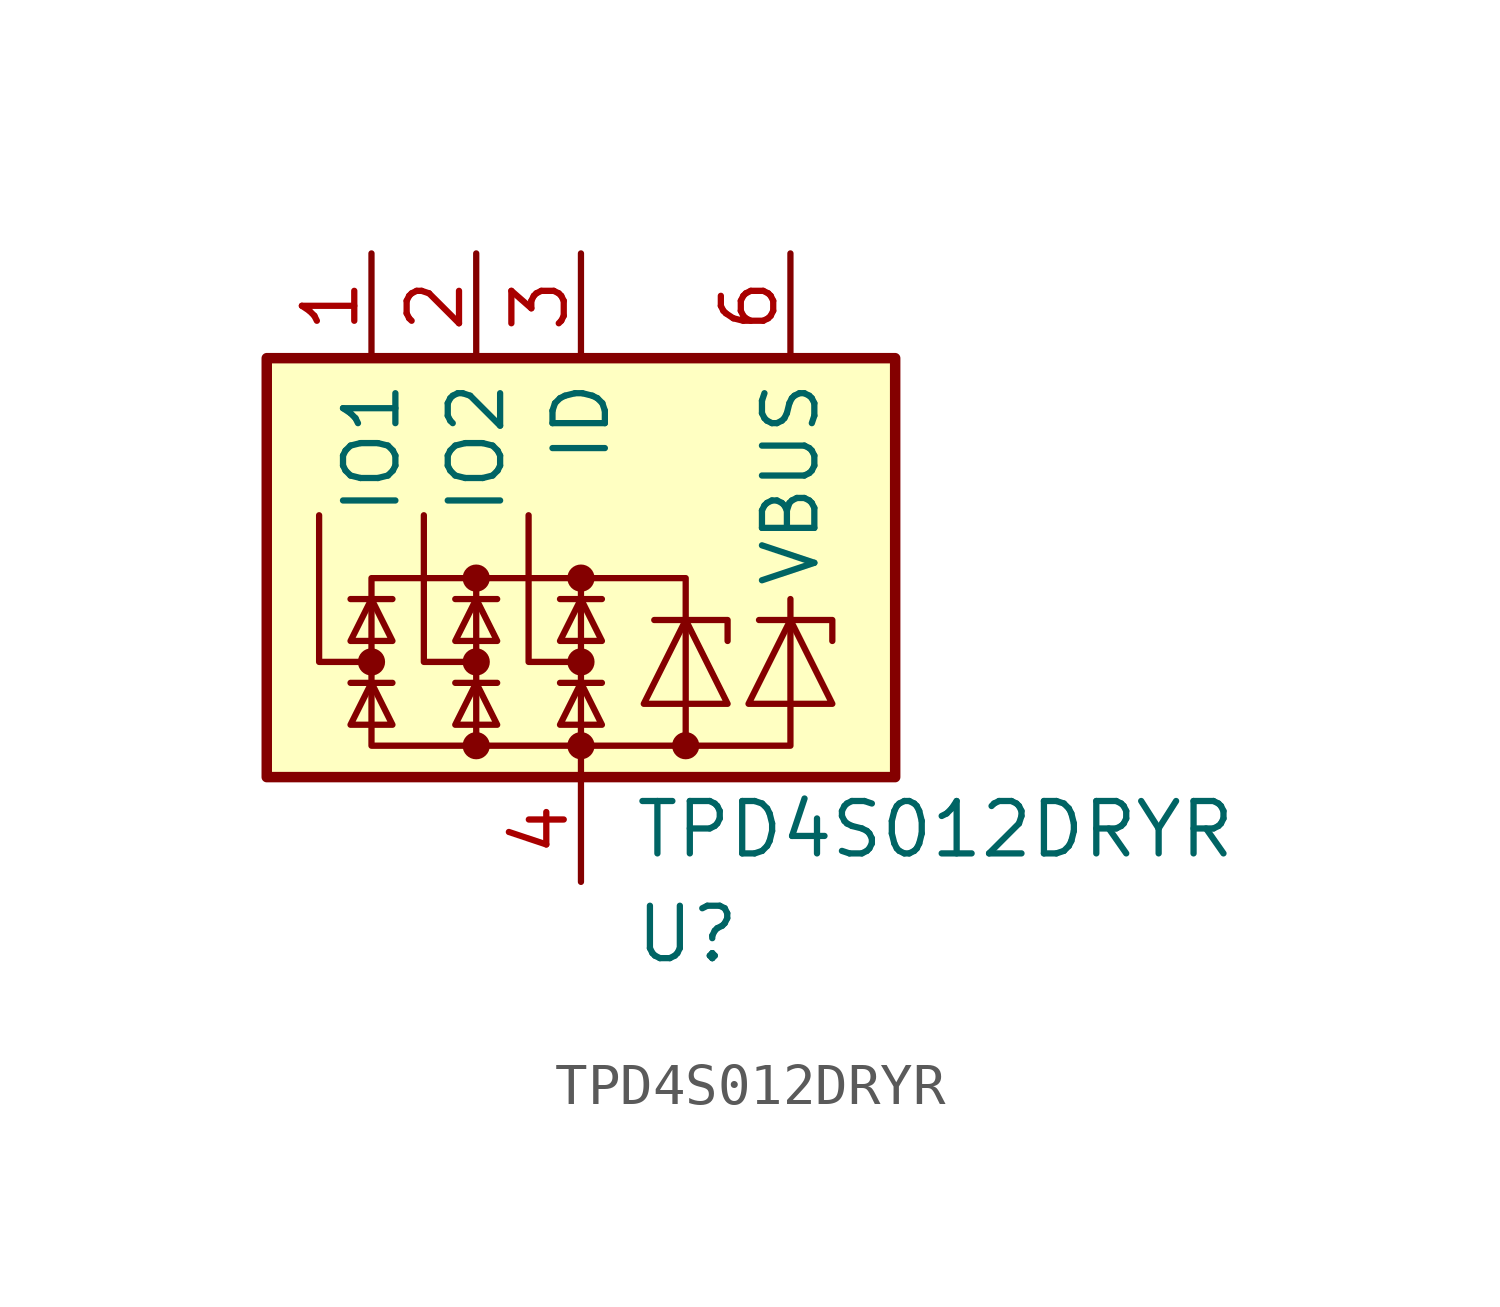
<source format=kicad_sym>
(kicad_symbol_lib
  (version 20211014)
  (generator kicad_symbol_editor)
  (symbol "TPD4S012DRYR"
    (property "Reference" "U"
      (at 1.27 -8.89 0)
      (effects (font (size 1.27 1.27)) (justify left)))
    (property "Value" "TPD4S012DRYR"
      (at 1.27 -6.35 0)
      (effects (font (size 1.27 1.27)) (justify left)))
    (symbol "TPD4S012DRYR_0_1"
      (circle (center -5.08 -2.286) (radius 0.254) (stroke (width 0) (type default) (color 0 0 0 0)) (fill (type outline)))
      (circle (center -2.54 -4.318) (radius 0.254) (stroke (width 0) (type default) (color 0 0 0 0)) (fill (type outline)))
      (circle (center -2.54 -2.286) (radius 0.254) (stroke (width 0) (type default) (color 0 0 0 0)) (fill (type outline)))
      (circle (center -2.54 -0.254) (radius 0.254) (stroke (width 0) (type default) (color 0 0 0 0)) (fill (type outline)))
      (circle (center 0 -4.318) (radius 0.254) (stroke (width 0) (type default) (color 0 0 0 0)) (fill (type outline)))
      (circle (center 0 -2.286) (radius 0.254) (stroke (width 0) (type default) (color 0 0 0 0)) (fill (type outline)))
      (circle (center 0 -0.254) (radius 0.254) (stroke (width 0) (type default) (color 0 0 0 0)) (fill (type outline)))
      (polyline (pts (xy -5.588 -2.794) (xy -4.572 -2.794)) (stroke (width 0) (type default) (color 0 0 0 0)) (fill (type none)))
      (polyline (pts (xy -5.588 -0.762) (xy -4.572 -0.762)) (stroke (width 0) (type default) (color 0 0 0 0)) (fill (type none)))
      (polyline (pts (xy -3.048 -2.794) (xy -2.032 -2.794)) (stroke (width 0) (type default) (color 0 0 0 0)) (fill (type none)))
      (polyline (pts (xy -3.048 -0.762) (xy -2.032 -0.762)) (stroke (width 0) (type default) (color 0 0 0 0)) (fill (type none)))
      (polyline (pts (xy -2.54 -4.318) (xy -2.54 -0.254)) (stroke (width 0) (type default) (color 0 0 0 0)) (fill (type none)))
      (polyline (pts (xy -0.508 -2.794) (xy 0.508 -2.794)) (stroke (width 0) (type default) (color 0 0 0 0)) (fill (type none)))
      (polyline (pts (xy -0.508 -0.762) (xy 0.508 -0.762)) (stroke (width 0) (type default) (color 0 0 0 0)) (fill (type none)))
      (polyline (pts (xy 0 -4.318) (xy 0 -5.08)) (stroke (width 0) (type default) (color 0 0 0 0)) (fill (type none)))
      (polyline (pts (xy 0 -0.254) (xy 0 -4.318)) (stroke (width 0) (type default) (color 0 0 0 0)) (fill (type none)))
      (polyline (pts (xy -5.08 -2.286) (xy -6.35 -2.286) (xy -6.35 1.27)) (stroke (width 0) (type default) (color 0 0 0 0)) (fill (type none)))
      (polyline (pts (xy -2.54 -2.286) (xy -3.81 -2.286) (xy -3.81 1.27)) (stroke (width 0) (type default) (color 0 0 0 0)) (fill (type none)))
      (polyline (pts (xy 0 -2.286) (xy -1.27 -2.286) (xy -1.27 1.27)) (stroke (width 0) (type default) (color 0 0 0 0)) (fill (type none)))
      (polyline (pts (xy 1.778 -1.27) (xy 3.556 -1.27) (xy 3.556 -1.778)) (stroke (width 0) (type default) (color 0 0 0 0)) (fill (type none)))
      (polyline (pts (xy 4.318 -1.27) (xy 6.096 -1.27) (xy 6.096 -1.778)) (stroke (width 0) (type default) (color 0 0 0 0)) (fill (type none)))
      (polyline (pts (xy -5.08 -2.794) (xy -4.572 -3.81) (xy -5.588 -3.81) (xy -5.08 -2.794)) (stroke (width 0) (type default) (color 0 0 0 0)) (fill (type none)))
      (polyline (pts (xy -5.08 -0.762) (xy -4.572 -1.778) (xy -5.588 -1.778) (xy -5.08 -0.762)) (stroke (width 0) (type default) (color 0 0 0 0)) (fill (type none)))
      (polyline (pts (xy -2.54 -2.794) (xy -2.032 -3.81) (xy -3.048 -3.81) (xy -2.54 -2.794)) (stroke (width 0) (type default) (color 0 0 0 0)) (fill (type none)))
      (polyline (pts (xy -2.54 -0.762) (xy -2.032 -1.778) (xy -3.048 -1.778) (xy -2.54 -0.762)) (stroke (width 0) (type default) (color 0 0 0 0)) (fill (type none)))
      (polyline (pts (xy 0 -2.794) (xy 0.508 -3.81) (xy -0.508 -3.81) (xy 0 -2.794)) (stroke (width 0) (type default) (color 0 0 0 0)) (fill (type none)))
      (polyline (pts (xy 0 -0.762) (xy 0.508 -1.778) (xy -0.508 -1.778) (xy 0 -0.762)) (stroke (width 0) (type default) (color 0 0 0 0)) (fill (type none)))
      (polyline (pts (xy 2.54 -1.27) (xy 3.556 -3.302) (xy 1.524 -3.302) (xy 2.54 -1.27)) (stroke (width 0) (type default) (color 0 0 0 0)) (fill (type none)))
      (polyline (pts (xy 5.08 -1.27) (xy 6.096 -3.302) (xy 4.064 -3.302) (xy 5.08 -1.27)) (stroke (width 0) (type default) (color 0 0 0 0)) (fill (type none)))
      (polyline (pts (xy 2.54 -4.318) (xy 2.54 -0.254) (xy -5.08 -0.254) (xy -5.08 -4.318) (xy 5.08 -4.318) (xy 5.08 -0.762)) (stroke (width 0) (type default) (color 0 0 0 0)) (fill (type none)))
      (circle (center 2.54 -4.318) (radius 0.254) (stroke (width 0) (type default) (color 0 0 0 0)) (fill (type outline)))
      (rectangle (start 7.62 5.08) (end -7.62 -5.08) (stroke (width 0.254) (type default) (color 0 0 0 0)) (fill (type background))))
    (symbol "TPD4S012DRYR_1_1"
      (pin passive line (at -5.08 7.62 270) (length 2.54) (name "IO1" (effects (font (size 1.27 1.27)))) (number "1" (effects (font (size 1.27 1.27)))))
      (pin passive line (at -2.54 7.62 270) (length 2.54) (name "IO2" (effects (font (size 1.27 1.27)))) (number "2" (effects (font (size 1.27 1.27)))))
      (pin passive line (at 0 7.62 270) (length 2.54) (name "ID" (effects (font (size 1.27 1.27)))) (number "3" (effects (font (size 1.27 1.27)))))
      (pin power_in line (at 0 -7.62 90) (length 2.54) (name "~" (effects (font (size 1.27 1.27)))) (number "4" (effects (font (size 1.27 1.27)))))
      (pin no_connect line (at 2.54 7.62 270) (length 2.54) hide (name "~" (effects (font (size 1.27 1.27)))) (number "5" (effects (font (size 1.27 1.27)))))
      (pin power_in line (at 5.08 7.62 270) (length 2.54) (name "VBUS" (effects (font (size 1.27 1.27)))) (number "6" (effects (font (size 1.27 1.27))))))))
</source>
